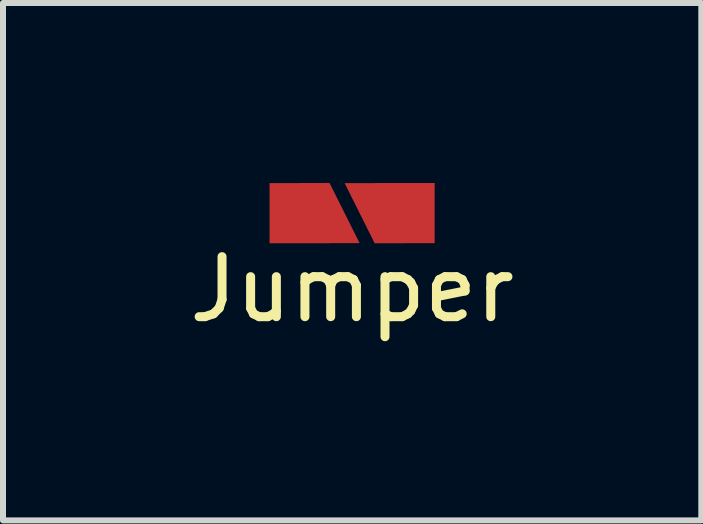
<source format=kicad_pcb>
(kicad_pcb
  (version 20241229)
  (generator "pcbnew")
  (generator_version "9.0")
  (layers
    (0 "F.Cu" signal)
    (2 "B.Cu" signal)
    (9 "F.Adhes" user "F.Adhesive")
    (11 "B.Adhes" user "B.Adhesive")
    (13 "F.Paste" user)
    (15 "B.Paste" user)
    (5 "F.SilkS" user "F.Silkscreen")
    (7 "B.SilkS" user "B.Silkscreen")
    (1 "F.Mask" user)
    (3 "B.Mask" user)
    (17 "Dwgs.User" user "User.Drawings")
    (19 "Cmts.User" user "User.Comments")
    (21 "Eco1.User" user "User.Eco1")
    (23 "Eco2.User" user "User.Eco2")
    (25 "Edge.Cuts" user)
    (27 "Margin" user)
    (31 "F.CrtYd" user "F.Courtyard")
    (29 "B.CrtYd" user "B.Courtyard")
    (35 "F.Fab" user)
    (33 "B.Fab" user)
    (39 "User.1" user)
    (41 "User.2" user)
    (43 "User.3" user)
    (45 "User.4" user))
  (footprint "Jumper"
    (layer "F.Cu")
    (at 2.815 0.5)
    (property "Reference" "Jumper" (at 0 1.27 0) (layer "F.SilkS") (effects (font (size 1 1) (thickness 0.15))))
    (attr through_hole)
    (pad "1" smd trapezoid (at -0.875 0) (size 1 1) (layers "F.Cu" "F.Mask" "F.Paste"))
    (pad "1" smd trapezoid (at -0.625 0) (size 1 1) (rect_delta 0 0.5) (layers "F.Cu" "F.Mask" "F.Paste"))
    (pad "2" smd trapezoid (at 0.625 0 180) (size 1 1) (rect_delta 0 0.5) (layers "F.Cu" "F.Mask" "F.Paste"))
    (pad "2" smd trapezoid (at 0.875 0) (size 1 1) (layers "F.Cu" "F.Mask" "F.Paste")))
  (gr_rect
    (start -3 -3)
    (end 8.631 5.618)
    (stroke (width 0.1) (type default))
    (fill no)
    (layer "Edge.Cuts")))
</source>
